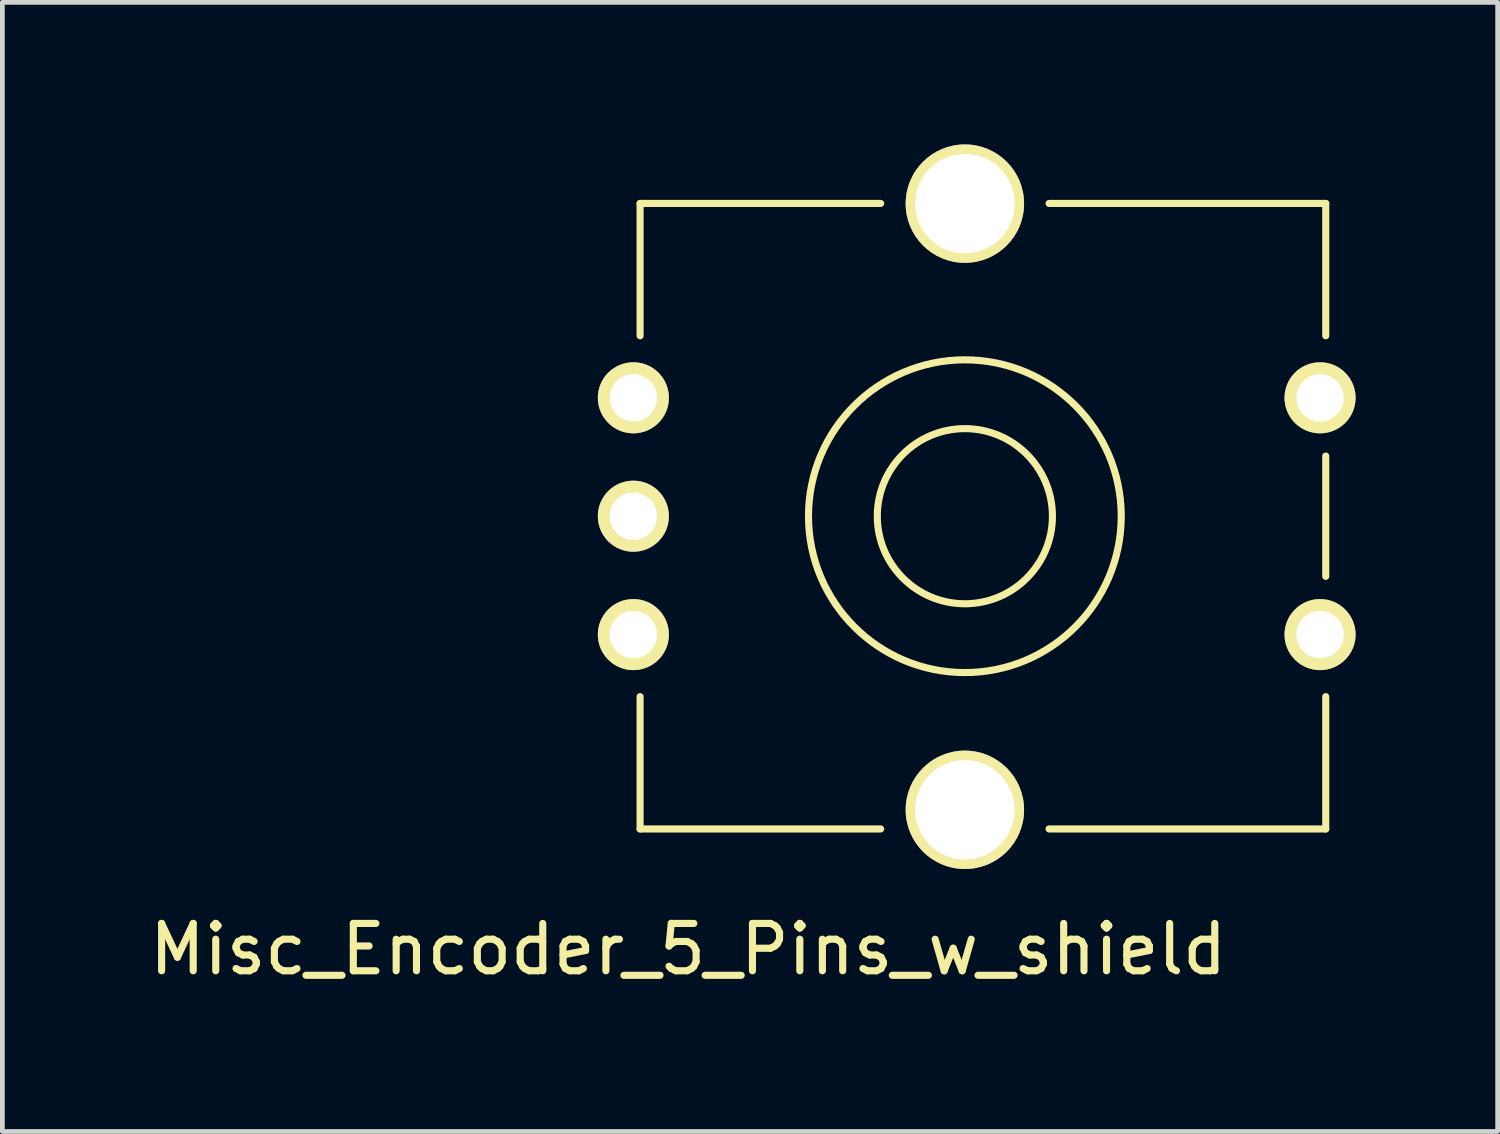
<source format=kicad_pcb>
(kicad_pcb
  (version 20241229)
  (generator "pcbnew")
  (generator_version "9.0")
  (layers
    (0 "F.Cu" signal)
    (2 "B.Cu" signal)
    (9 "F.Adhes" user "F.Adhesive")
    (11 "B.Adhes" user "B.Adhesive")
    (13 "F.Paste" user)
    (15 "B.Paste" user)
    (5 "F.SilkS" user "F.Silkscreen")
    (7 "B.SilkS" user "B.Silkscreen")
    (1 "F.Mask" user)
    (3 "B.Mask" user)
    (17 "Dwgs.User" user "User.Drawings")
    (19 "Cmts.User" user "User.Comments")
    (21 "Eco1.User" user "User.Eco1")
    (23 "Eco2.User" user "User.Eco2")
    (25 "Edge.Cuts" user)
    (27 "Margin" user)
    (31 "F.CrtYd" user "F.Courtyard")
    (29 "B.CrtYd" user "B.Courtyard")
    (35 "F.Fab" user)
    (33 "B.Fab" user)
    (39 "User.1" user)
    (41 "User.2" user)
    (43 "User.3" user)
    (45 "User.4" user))
  (footprint "Misc_Encoder_5_Pins_w_shield"
    (layer "F.Cu")
    (at 17.324 7.85)
    (property "Reference" "Misc_Encoder_5_Pins_w_shield" (at -5.842 9.144 0) (layer "F.SilkS") (effects (font (size 1 1) (thickness 0.15))))
    (attr through_hole)
    (fp_line (start -6.858 -6.604) (end -6.858 -3.81) (stroke (width 0.15) (type solid)) (layer "F.SilkS"))
    (fp_line (start -6.858 -6.604) (end -1.778 -6.604) (stroke (width 0.15) (type solid)) (layer "F.SilkS"))
    (fp_line (start -6.858 3.81) (end -6.858 6.604) (stroke (width 0.15) (type solid)) (layer "F.SilkS"))
    (fp_line (start -6.858 6.604) (end -1.778 6.604) (stroke (width 0.15) (type solid)) (layer "F.SilkS"))
    (fp_line (start 1.778 -6.604) (end 7.62 -6.604) (stroke (width 0.15) (type solid)) (layer "F.SilkS"))
    (fp_line (start 7.62 -6.604) (end 7.62 -3.81) (stroke (width 0.15) (type solid)) (layer "F.SilkS"))
    (fp_line (start 7.62 1.27) (end 7.62 -1.27) (stroke (width 0.15) (type solid)) (layer "F.SilkS"))
    (fp_line (start 7.62 3.81) (end 7.62 6.604) (stroke (width 0.15) (type solid)) (layer "F.SilkS"))
    (fp_line (start 7.62 6.604) (end 1.778 6.604) (stroke (width 0.15) (type solid)) (layer "F.SilkS"))
    (fp_circle (center 0 0) (end -1.27 -3.048) (stroke (width 0.15) (type solid)) (fill no) (layer "F.SilkS"))
    (fp_circle (center 0 0) (end -0.508 -1.778) (stroke (width 0.15) (type solid)) (fill no) (layer "F.SilkS"))
    (pad "1" thru_hole circle (at -7 -2.5) (size 1.5 1.5) (drill 1) (layers "*.Cu" "*.Mask" "F.SilkS"))
    (pad "2" thru_hole circle (at -7 0) (size 1.5 1.5) (drill 1) (layers "*.Cu" "*.Mask" "F.SilkS"))
    (pad "3" thru_hole circle (at -7 2.5) (size 1.5 1.5) (drill 1) (layers "*.Cu" "*.Mask" "F.SilkS"))
    (pad "4" thru_hole circle (at 7.5 -2.5) (size 1.5 1.5) (drill 1) (layers "*.Cu" "*.Mask" "F.SilkS"))
    (pad "5" thru_hole circle (at 7.5 2.5) (size 1.5 1.5) (drill 1) (layers "*.Cu" "*.Mask" "F.SilkS"))
    (pad "SHLD" thru_hole circle (at 0 -6.6) (size 2.5 2.5) (drill 2.1) (layers "*.Cu" "*.Mask" "F.SilkS"))
    (pad "SHLD" thru_hole circle (at 0 6.2) (size 2.5 2.5) (drill 2.1) (layers "*.Cu" "*.Mask" "F.SilkS")))
  (gr_rect
    (start -3 -3)
    (end 28.574 20.842)
    (stroke (width 0.1) (type default))
    (fill no)
    (layer "Edge.Cuts")))
</source>
